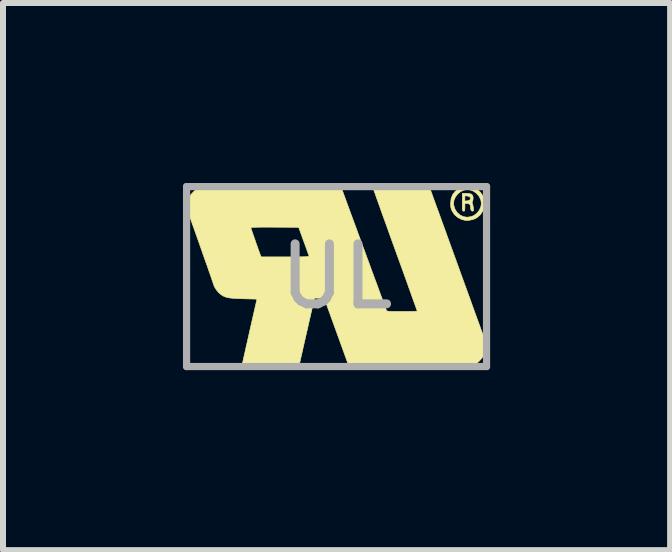
<source format=kicad_pcb>
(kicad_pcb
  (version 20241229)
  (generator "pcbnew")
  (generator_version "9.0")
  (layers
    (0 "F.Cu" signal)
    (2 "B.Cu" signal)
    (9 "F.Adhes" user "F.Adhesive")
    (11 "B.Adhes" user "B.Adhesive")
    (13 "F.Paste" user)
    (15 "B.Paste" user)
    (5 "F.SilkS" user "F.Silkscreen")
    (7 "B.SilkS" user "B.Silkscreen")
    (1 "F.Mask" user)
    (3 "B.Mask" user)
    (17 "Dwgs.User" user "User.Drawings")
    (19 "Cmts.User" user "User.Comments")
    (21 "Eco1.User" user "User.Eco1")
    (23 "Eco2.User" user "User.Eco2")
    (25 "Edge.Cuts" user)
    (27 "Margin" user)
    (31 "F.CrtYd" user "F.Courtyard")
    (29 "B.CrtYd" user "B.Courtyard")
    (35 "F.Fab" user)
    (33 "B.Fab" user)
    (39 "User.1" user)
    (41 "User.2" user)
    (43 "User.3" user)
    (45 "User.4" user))
  (footprint "UL"
    (layer "F.Cu")
    (at 2.56 1.56)
    (property "Reference" "UL" (at 0 0 0) (layer "Eco2.User") (effects (font (size 1.524 1.524) (thickness 0.3))))
    (attr through_hole)
    (fp_poly (pts (xy 2.215 -1.384) (xy 2.249 -1.373) (xy 2.268 -1.353) (xy 2.276 -1.321) (xy 2.276 -1.309) (xy 2.274 -1.278) (xy 2.267 -1.256) (xy 2.265 -1.253) (xy 2.259 -1.233) (xy 2.263 -1.221) (xy 2.27 -1.2) (xy 2.277 -1.166) (xy 2.28 -1.146) (xy 2.283 -1.114) (xy 2.281 -1.097) (xy 2.273 -1.091) (xy 2.266 -1.091) (xy 2.247 -1.098) (xy 2.237 -1.122) (xy 2.234 -1.158) (xy 2.228 -1.193) (xy 2.209 -1.212) (xy 2.174 -1.218) (xy 2.139 -1.218) (xy 2.139 -1.154) (xy 2.138 -1.119) (xy 2.135 -1.099) (xy 2.127 -1.092) (xy 2.118 -1.091) (xy 2.109 -1.092) (xy 2.103 -1.097) (xy 2.1 -1.11) (xy 2.098 -1.134) (xy 2.097 -1.172) (xy 2.096 -1.228) (xy 2.096 -1.239) (xy 2.096 -1.259) (xy 2.139 -1.259) (xy 2.177 -1.262) (xy 2.208 -1.269) (xy 2.227 -1.284) (xy 2.228 -1.284) (xy 2.233 -1.308) (xy 2.221 -1.328) (xy 2.192 -1.34) (xy 2.177 -1.343) (xy 2.139 -1.346) (xy 2.139 -1.259) (xy 2.096 -1.259) (xy 2.096 -1.387) (xy 2.163 -1.387) (xy 2.215 -1.384)) (stroke (width 0.01) (type solid)) (fill yes) (layer "F.SilkS"))
    (fp_poly (pts (xy 2.259 -1.491) (xy 2.323 -1.465) (xy 2.379 -1.424) (xy 2.423 -1.371) (xy 2.452 -1.307) (xy 2.464 -1.229) (xy 2.458 -1.156) (xy 2.435 -1.089) (xy 2.396 -1.031) (xy 2.343 -0.984) (xy 2.278 -0.952) (xy 2.206 -0.937) (xy 2.146 -0.937) (xy 2.091 -0.95) (xy 2.091 -0.95) (xy 2.022 -0.984) (xy 1.968 -1.03) (xy 1.932 -1.083) (xy 1.915 -1.117) (xy 1.906 -1.148) (xy 1.902 -1.186) (xy 1.901 -1.213) (xy 1.95 -1.213) (xy 1.953 -1.189) (xy 1.975 -1.121) (xy 2.012 -1.066) (xy 2.059 -1.025) (xy 2.116 -0.998) (xy 2.178 -0.989) (xy 2.243 -0.999) (xy 2.286 -1.016) (xy 2.336 -1.052) (xy 2.376 -1.101) (xy 2.404 -1.158) (xy 2.414 -1.217) (xy 2.414 -1.219) (xy 2.404 -1.28) (xy 2.376 -1.337) (xy 2.335 -1.385) (xy 2.283 -1.423) (xy 2.224 -1.445) (xy 2.181 -1.45) (xy 2.121 -1.441) (xy 2.066 -1.415) (xy 2.018 -1.375) (xy 1.981 -1.326) (xy 1.957 -1.271) (xy 1.95 -1.213) (xy 1.901 -1.213) (xy 1.901 -1.218) (xy 1.909 -1.297) (xy 1.934 -1.364) (xy 1.976 -1.419) (xy 2.037 -1.464) (xy 2.051 -1.471) (xy 2.119 -1.496) (xy 2.19 -1.502) (xy 2.259 -1.491)) (stroke (width 0.01) (type solid)) (fill yes) (layer "F.SilkS"))
    (fp_poly (pts (xy 0.088 -1.458) (xy 0.093 -1.443) (xy 0.106 -1.41) (xy 0.124 -1.36) (xy 0.148 -1.295) (xy 0.176 -1.217) (xy 0.209 -1.128) (xy 0.245 -1.029) (xy 0.285 -0.921) (xy 0.327 -0.808) (xy 0.37 -0.689) (xy 0.415 -0.567) (xy 0.461 -0.443) (xy 0.506 -0.319) (xy 0.551 -0.198) (xy 0.594 -0.079) (xy 0.636 0.034) (xy 0.676 0.141) (xy 0.712 0.24) (xy 0.744 0.328) (xy 0.773 0.405) (xy 0.796 0.469) (xy 0.814 0.518) (xy 0.826 0.55) (xy 0.831 0.564) (xy 0.831 0.564) (xy 0.835 0.57) (xy 0.843 0.574) (xy 0.858 0.577) (xy 0.882 0.58) (xy 0.918 0.581) (xy 0.968 0.582) (xy 1.034 0.582) (xy 1.092 0.582) (xy 1.162 0.582) (xy 1.225 0.581) (xy 1.278 0.58) (xy 1.317 0.579) (xy 1.34 0.577) (xy 1.345 0.576) (xy 1.341 0.565) (xy 1.331 0.536) (xy 1.314 0.489) (xy 1.292 0.427) (xy 1.264 0.35) (xy 1.232 0.26) (xy 1.195 0.157) (xy 1.155 0.044) (xy 1.111 -0.078) (xy 1.064 -0.208) (xy 1.014 -0.345) (xy 0.974 -0.456) (xy 0.923 -0.597) (xy 0.874 -0.733) (xy 0.828 -0.862) (xy 0.784 -0.983) (xy 0.744 -1.094) (xy 0.709 -1.194) (xy 0.677 -1.282) (xy 0.651 -1.356) (xy 0.63 -1.416) (xy 0.614 -1.459) (xy 0.606 -1.485) (xy 0.604 -1.492) (xy 0.613 -1.495) (xy 0.642 -1.498) (xy 0.69 -1.5) (xy 0.758 -1.502) (xy 0.847 -1.503) (xy 0.956 -1.503) (xy 1.074 -1.503) (xy 1.186 -1.503) (xy 1.279 -1.503) (xy 1.354 -1.503) (xy 1.414 -1.502) (xy 1.46 -1.501) (xy 1.495 -1.5) (xy 1.519 -1.498) (xy 1.535 -1.495) (xy 1.544 -1.492) (xy 1.549 -1.488) (xy 1.551 -1.485) (xy 1.555 -1.473) (xy 1.566 -1.442) (xy 1.584 -1.394) (xy 1.607 -1.329) (xy 1.636 -1.25) (xy 1.67 -1.156) (xy 1.709 -1.05) (xy 1.751 -0.933) (xy 1.798 -0.805) (xy 1.847 -0.668) (xy 1.899 -0.524) (xy 1.954 -0.373) (xy 2.009 -0.222) (xy 2.065 -0.066) (xy 2.12 0.086) (xy 2.173 0.231) (xy 2.223 0.369) (xy 2.269 0.498) (xy 2.312 0.617) (xy 2.351 0.724) (xy 2.386 0.82) (xy 2.415 0.901) (xy 2.44 0.967) (xy 2.458 1.018) (xy 2.47 1.05) (xy 2.475 1.064) (xy 2.485 1.113) (xy 2.486 1.172) (xy 2.479 1.233) (xy 2.465 1.289) (xy 2.457 1.305) (xy 2.423 1.359) (xy 2.376 1.411) (xy 2.323 1.453) (xy 2.303 1.465) (xy 2.26 1.488) (xy 1.233 1.49) (xy 0.205 1.493) (xy -0.205 0.36) (xy -0.369 0.36) (xy -0.39 0.453) (xy -0.397 0.482) (xy -0.407 0.53) (xy -0.422 0.593) (xy -0.439 0.669) (xy -0.459 0.756) (xy -0.48 0.85) (xy -0.503 0.949) (xy -0.52 1.024) (xy -0.629 1.503) (xy -1.103 1.503) (xy -1.22 1.503) (xy -1.318 1.503) (xy -1.397 1.502) (xy -1.46 1.501) (xy -1.508 1.5) (xy -1.542 1.498) (xy -1.564 1.496) (xy -1.575 1.493) (xy -1.577 1.49) (xy -1.575 1.478) (xy -1.568 1.446) (xy -1.558 1.398) (xy -1.544 1.336) (xy -1.527 1.26) (xy -1.508 1.173) (xy -1.486 1.078) (xy -1.463 0.976) (xy -1.452 0.926) (xy -1.327 0.376) (xy -1.555 0.37) (xy -1.643 0.367) (xy -1.713 0.363) (xy -1.768 0.358) (xy -1.812 0.351) (xy -1.848 0.341) (xy -1.879 0.329) (xy -1.909 0.312) (xy -1.93 0.298) (xy -1.97 0.263) (xy -2.007 0.217) (xy -2.036 0.169) (xy -2.05 0.132) (xy -2.054 0.118) (xy -2.065 0.087) (xy -2.081 0.039) (xy -2.102 -0.022) (xy -2.128 -0.094) (xy -2.156 -0.176) (xy -2.188 -0.265) (xy -2.221 -0.359) (xy -2.255 -0.456) (xy -2.289 -0.553) (xy -2.323 -0.649) (xy -2.356 -0.742) (xy -2.382 -0.817) (xy -1.429 -0.817) (xy -1.426 -0.805) (xy -1.417 -0.776) (xy -1.403 -0.735) (xy -1.385 -0.684) (xy -1.365 -0.627) (xy -1.345 -0.567) (xy -1.324 -0.509) (xy -1.305 -0.454) (xy -1.288 -0.408) (xy -1.275 -0.373) (xy -1.269 -0.357) (xy -1.257 -0.328) (xy -0.856 -0.328) (xy -0.753 -0.328) (xy -0.669 -0.328) (xy -0.603 -0.329) (xy -0.552 -0.33) (xy -0.514 -0.331) (xy -0.488 -0.333) (xy -0.472 -0.335) (xy -0.463 -0.338) (xy -0.46 -0.342) (xy -0.46 -0.347) (xy -0.46 -0.347) (xy -0.465 -0.362) (xy -0.477 -0.394) (xy -0.493 -0.439) (xy -0.513 -0.495) (xy -0.536 -0.559) (xy -0.549 -0.593) (xy -0.631 -0.821) (xy -1.03 -0.823) (xy -1.127 -0.824) (xy -1.213 -0.824) (xy -1.288 -0.823) (xy -1.349 -0.822) (xy -1.394 -0.82) (xy -1.421 -0.819) (xy -1.429 -0.817) (xy -2.382 -0.817) (xy -2.387 -0.829) (xy -2.415 -0.908) (xy -2.439 -0.977) (xy -2.46 -1.034) (xy -2.475 -1.075) (xy -2.485 -1.122) (xy -2.486 -1.18) (xy -2.48 -1.241) (xy -2.466 -1.297) (xy -2.459 -1.315) (xy -2.424 -1.372) (xy -2.374 -1.424) (xy -2.317 -1.465) (xy -2.281 -1.482) (xy -2.271 -1.485) (xy -2.261 -1.488) (xy -2.25 -1.491) (xy -2.235 -1.493) (xy -2.217 -1.495) (xy -2.193 -1.497) (xy -2.162 -1.498) (xy -2.124 -1.5) (xy -2.076 -1.501) (xy -2.018 -1.502) (xy -1.949 -1.502) (xy -1.866 -1.503) (xy -1.77 -1.503) (xy -1.659 -1.503) (xy -1.531 -1.503) (xy -1.385 -1.503) (xy -1.22 -1.503) (xy -1.075 -1.503) (xy 0.072 -1.503) (xy 0.088 -1.458)) (stroke (width 0.01) (type solid)) (fill yes) (layer "F.SilkS"))
    (fp_line (start -2.5 -1.5) (end -2.5 1.5) (stroke (width 0.12) (type solid)) (layer "F.Fab"))
    (fp_line (start -2.5 1.5) (end 2.5 1.5) (stroke (width 0.12) (type solid)) (layer "F.Fab"))
    (fp_line (start 2.5 -1.5) (end -2.5 -1.5) (stroke (width 0.12) (type solid)) (layer "F.Fab"))
    (fp_line (start 2.5 1.5) (end 2.5 -1.5) (stroke (width 0.12) (type solid)) (layer "F.Fab"))
    (fp_text user "UL" (at 0 0 0) (layer "F.Fab") (effects (font (size 1 1) (thickness 0.15)))))
  (gr_rect
    (start -3 -3)
    (end 8.12 6.12)
    (stroke (width 0.1) (type default))
    (fill no)
    (layer "Edge.Cuts")))
</source>
